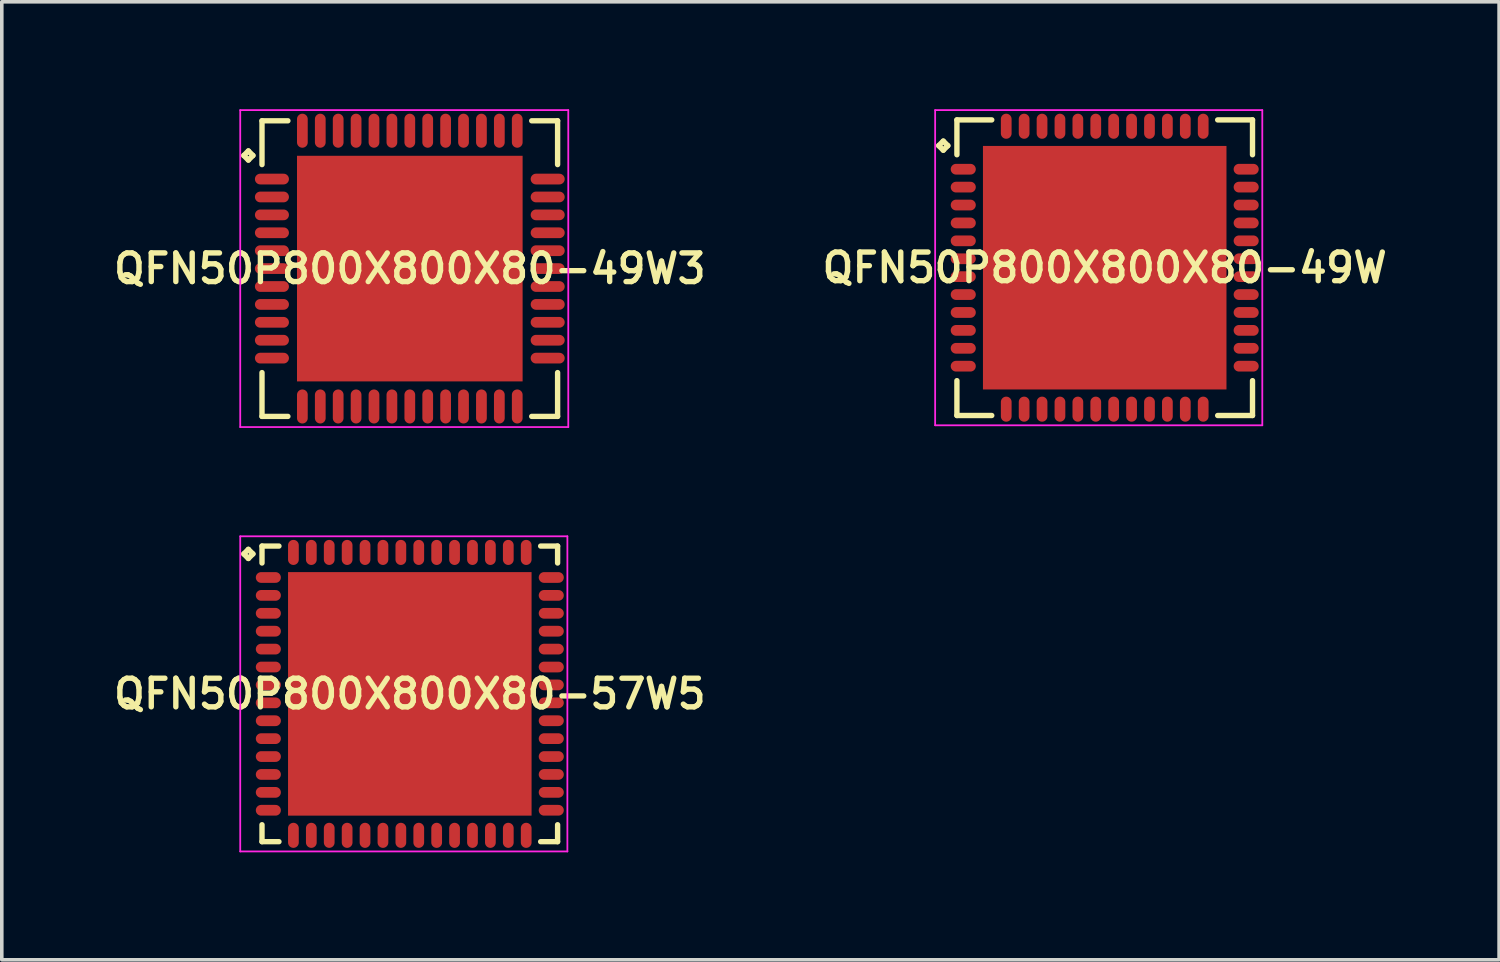
<source format=kicad_pcb>
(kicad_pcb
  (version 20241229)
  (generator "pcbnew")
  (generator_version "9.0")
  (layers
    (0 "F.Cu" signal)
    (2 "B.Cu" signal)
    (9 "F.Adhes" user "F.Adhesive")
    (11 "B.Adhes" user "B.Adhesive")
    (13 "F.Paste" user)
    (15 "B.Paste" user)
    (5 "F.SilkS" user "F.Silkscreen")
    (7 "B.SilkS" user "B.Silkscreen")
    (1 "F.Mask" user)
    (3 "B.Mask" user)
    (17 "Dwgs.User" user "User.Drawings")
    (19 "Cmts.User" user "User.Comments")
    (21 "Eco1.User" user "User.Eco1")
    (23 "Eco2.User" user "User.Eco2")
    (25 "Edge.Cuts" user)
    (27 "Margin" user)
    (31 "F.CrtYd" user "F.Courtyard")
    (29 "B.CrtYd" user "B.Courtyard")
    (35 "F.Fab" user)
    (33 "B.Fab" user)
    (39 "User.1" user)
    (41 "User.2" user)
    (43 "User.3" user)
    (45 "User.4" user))
  (footprint "QFN50P800X800X80-49W3"
    (layer "F.Cu")
    (at 8.393 4.45)
    (property "Reference" "QFN50P800X800X80-49W3" (at 0 0 0) (layer "F.SilkS") (effects (font (size 0.8 0.8) (thickness 0.15))))
    (attr smd)
    (fp_line (start -4.635 -3.158) (end -4.508 -3.285) (stroke (width 0.15) (type solid)) (layer "F.SilkS"))
    (fp_line (start -4.508 -3.285) (end -4.381 -3.158) (stroke (width 0.15) (type solid)) (layer "F.SilkS"))
    (fp_line (start -4.508 -3.031) (end -4.635 -3.158) (stroke (width 0.15) (type solid)) (layer "F.SilkS"))
    (fp_line (start -4.381 -3.158) (end -4.508 -3.031) (stroke (width 0.15) (type solid)) (layer "F.SilkS"))
    (fp_line (start -4.127 -4.127) (end -3.404 -4.127) (stroke (width 0.15) (type solid)) (layer "F.SilkS"))
    (fp_line (start -4.127 -2.904) (end -4.127 -4.127) (stroke (width 0.15) (type solid)) (layer "F.SilkS"))
    (fp_line (start -4.127 2.904) (end -4.127 4.127) (stroke (width 0.15) (type solid)) (layer "F.SilkS"))
    (fp_line (start -4.127 4.127) (end -3.404 4.127) (stroke (width 0.15) (type solid)) (layer "F.SilkS"))
    (fp_line (start 3.404 -4.127) (end 4.127 -4.127) (stroke (width 0.15) (type solid)) (layer "F.SilkS"))
    (fp_line (start 3.404 4.127) (end 4.127 4.127) (stroke (width 0.15) (type solid)) (layer "F.SilkS"))
    (fp_line (start 4.127 -4.127) (end 4.127 -2.904) (stroke (width 0.15) (type solid)) (layer "F.SilkS"))
    (fp_line (start 4.127 4.127) (end 4.127 2.904) (stroke (width 0.15) (type solid)) (layer "F.SilkS"))
    (fp_line (start -4.735 -4.425) (end 4.425 -4.425) (stroke (width 0.05) (type solid)) (layer "F.CrtYd"))
    (fp_line (start -4.735 4.425) (end -4.735 -4.425) (stroke (width 0.05) (type solid)) (layer "F.CrtYd"))
    (fp_line (start 4.425 -4.425) (end 4.425 4.425) (stroke (width 0.05) (type solid)) (layer "F.CrtYd"))
    (fp_line (start 4.425 4.425) (end -4.735 4.425) (stroke (width 0.05) (type solid)) (layer "F.CrtYd"))
    (pad "1" smd oval (at -3.85 -2.5) (size 0.95 0.3) (layers "F.Cu" "F.Mask" "F.Paste"))
    (pad "2" smd oval (at -3.85 -2) (size 0.95 0.3) (layers "F.Cu" "F.Mask" "F.Paste"))
    (pad "3" smd oval (at -3.85 -1.5) (size 0.95 0.3) (layers "F.Cu" "F.Mask" "F.Paste"))
    (pad "4" smd oval (at -3.85 -1) (size 0.95 0.3) (layers "F.Cu" "F.Mask" "F.Paste"))
    (pad "5" smd oval (at -3.85 -0.5) (size 0.95 0.3) (layers "F.Cu" "F.Mask" "F.Paste"))
    (pad "6" smd oval (at -3.85 0) (size 0.95 0.3) (layers "F.Cu" "F.Mask" "F.Paste"))
    (pad "7" smd oval (at -3.85 0.5) (size 0.95 0.3) (layers "F.Cu" "F.Mask" "F.Paste"))
    (pad "8" smd oval (at -3.85 1) (size 0.95 0.3) (layers "F.Cu" "F.Mask" "F.Paste"))
    (pad "9" smd oval (at -3.85 1.5) (size 0.95 0.3) (layers "F.Cu" "F.Mask" "F.Paste"))
    (pad "10" smd oval (at -3.85 2) (size 0.95 0.3) (layers "F.Cu" "F.Mask" "F.Paste"))
    (pad "11" smd oval (at -3.85 2.5) (size 0.95 0.3) (layers "F.Cu" "F.Mask" "F.Paste"))
    (pad "12" smd oval (at -3 3.85) (size 0.3 0.95) (layers "F.Cu" "F.Mask" "F.Paste"))
    (pad "13" smd oval (at -2.5 3.85) (size 0.3 0.95) (layers "F.Cu" "F.Mask" "F.Paste"))
    (pad "14" smd oval (at -2 3.85) (size 0.3 0.95) (layers "F.Cu" "F.Mask" "F.Paste"))
    (pad "15" smd oval (at -1.5 3.85) (size 0.3 0.95) (layers "F.Cu" "F.Mask" "F.Paste"))
    (pad "16" smd oval (at -1 3.85) (size 0.3 0.95) (layers "F.Cu" "F.Mask" "F.Paste"))
    (pad "17" smd oval (at -0.5 3.85) (size 0.3 0.95) (layers "F.Cu" "F.Mask" "F.Paste"))
    (pad "18" smd oval (at 0 3.85) (size 0.3 0.95) (layers "F.Cu" "F.Mask" "F.Paste"))
    (pad "19" smd oval (at 0.5 3.85) (size 0.3 0.95) (layers "F.Cu" "F.Mask" "F.Paste"))
    (pad "20" smd oval (at 1 3.85) (size 0.3 0.95) (layers "F.Cu" "F.Mask" "F.Paste"))
    (pad "21" smd oval (at 1.5 3.85) (size 0.3 0.95) (layers "F.Cu" "F.Mask" "F.Paste"))
    (pad "22" smd oval (at 2 3.85) (size 0.3 0.95) (layers "F.Cu" "F.Mask" "F.Paste"))
    (pad "23" smd oval (at 2.5 3.85) (size 0.3 0.95) (layers "F.Cu" "F.Mask" "F.Paste"))
    (pad "24" smd oval (at 3 3.85) (size 0.3 0.95) (layers "F.Cu" "F.Mask" "F.Paste"))
    (pad "25" smd oval (at 3.85 2.5) (size 0.95 0.3) (layers "F.Cu" "F.Mask" "F.Paste"))
    (pad "26" smd oval (at 3.85 2) (size 0.95 0.3) (layers "F.Cu" "F.Mask" "F.Paste"))
    (pad "27" smd oval (at 3.85 1.5) (size 0.95 0.3) (layers "F.Cu" "F.Mask" "F.Paste"))
    (pad "28" smd oval (at 3.85 1) (size 0.95 0.3) (layers "F.Cu" "F.Mask" "F.Paste"))
    (pad "29" smd oval (at 3.85 0.5) (size 0.95 0.3) (layers "F.Cu" "F.Mask" "F.Paste"))
    (pad "30" smd oval (at 3.85 0) (size 0.95 0.3) (layers "F.Cu" "F.Mask" "F.Paste"))
    (pad "31" smd oval (at 3.85 -0.5) (size 0.95 0.3) (layers "F.Cu" "F.Mask" "F.Paste"))
    (pad "32" smd oval (at 3.85 -1) (size 0.95 0.3) (layers "F.Cu" "F.Mask" "F.Paste"))
    (pad "33" smd oval (at 3.85 -1.5) (size 0.95 0.3) (layers "F.Cu" "F.Mask" "F.Paste"))
    (pad "34" smd oval (at 3.85 -2) (size 0.95 0.3) (layers "F.Cu" "F.Mask" "F.Paste"))
    (pad "35" smd oval (at 3.85 -2.5) (size 0.95 0.3) (layers "F.Cu" "F.Mask" "F.Paste"))
    (pad "36" smd oval (at 3 -3.85) (size 0.3 0.95) (layers "F.Cu" "F.Mask" "F.Paste"))
    (pad "37" smd oval (at 2.5 -3.85) (size 0.3 0.95) (layers "F.Cu" "F.Mask" "F.Paste"))
    (pad "38" smd oval (at 2 -3.85) (size 0.3 0.95) (layers "F.Cu" "F.Mask" "F.Paste"))
    (pad "39" smd oval (at 1.5 -3.85) (size 0.3 0.95) (layers "F.Cu" "F.Mask" "F.Paste"))
    (pad "40" smd oval (at 1 -3.85) (size 0.3 0.95) (layers "F.Cu" "F.Mask" "F.Paste"))
    (pad "41" smd oval (at 0.5 -3.85) (size 0.3 0.95) (layers "F.Cu" "F.Mask" "F.Paste"))
    (pad "42" smd oval (at 0 -3.85) (size 0.3 0.95) (layers "F.Cu" "F.Mask" "F.Paste"))
    (pad "43" smd oval (at -0.5 -3.85) (size 0.3 0.95) (layers "F.Cu" "F.Mask" "F.Paste"))
    (pad "44" smd oval (at -1 -3.85) (size 0.3 0.95) (layers "F.Cu" "F.Mask" "F.Paste"))
    (pad "45" smd oval (at -1.5 -3.85) (size 0.3 0.95) (layers "F.Cu" "F.Mask" "F.Paste"))
    (pad "46" smd oval (at -2 -3.85) (size 0.3 0.95) (layers "F.Cu" "F.Mask" "F.Paste"))
    (pad "47" smd oval (at -2.5 -3.85) (size 0.3 0.95) (layers "F.Cu" "F.Mask" "F.Paste"))
    (pad "48" smd oval (at -3 -3.85) (size 0.3 0.95) (layers "F.Cu" "F.Mask" "F.Paste"))
    (pad "49" smd rect (at 0 0) (size 6.3 6.3) (layers "F.Cu" "F.Mask" "F.Paste")))
  (footprint "QFN50P800X800X80-49W"
    (layer "F.Cu")
    (at 27.797 4.425)
    (property "Reference" "QFN50P800X800X80-49W" (at 0 0 0) (layer "F.SilkS") (effects (font (size 0.8 0.8) (thickness 0.15))))
    (attr smd)
    (fp_line (start -4.635 -3.408) (end -4.508 -3.535) (stroke (width 0.15) (type solid)) (layer "F.SilkS"))
    (fp_line (start -4.508 -3.535) (end -4.381 -3.408) (stroke (width 0.15) (type solid)) (layer "F.SilkS"))
    (fp_line (start -4.508 -3.281) (end -4.635 -3.408) (stroke (width 0.15) (type solid)) (layer "F.SilkS"))
    (fp_line (start -4.381 -3.408) (end -4.508 -3.281) (stroke (width 0.15) (type solid)) (layer "F.SilkS"))
    (fp_line (start -4.127 -4.127) (end -3.154 -4.127) (stroke (width 0.15) (type solid)) (layer "F.SilkS"))
    (fp_line (start -4.127 -3.154) (end -4.127 -4.127) (stroke (width 0.15) (type solid)) (layer "F.SilkS"))
    (fp_line (start -4.127 3.154) (end -4.127 4.127) (stroke (width 0.15) (type solid)) (layer "F.SilkS"))
    (fp_line (start -4.127 4.127) (end -3.154 4.127) (stroke (width 0.15) (type solid)) (layer "F.SilkS"))
    (fp_line (start 3.154 -4.127) (end 4.127 -4.127) (stroke (width 0.15) (type solid)) (layer "F.SilkS"))
    (fp_line (start 3.154 4.127) (end 4.127 4.127) (stroke (width 0.15) (type solid)) (layer "F.SilkS"))
    (fp_line (start 4.127 -4.127) (end 4.127 -3.154) (stroke (width 0.15) (type solid)) (layer "F.SilkS"))
    (fp_line (start 4.127 4.127) (end 4.127 3.154) (stroke (width 0.15) (type solid)) (layer "F.SilkS"))
    (fp_line (start -4.735 -4.4) (end 4.4 -4.4) (stroke (width 0.05) (type solid)) (layer "F.CrtYd"))
    (fp_line (start -4.735 4.4) (end -4.735 -4.4) (stroke (width 0.05) (type solid)) (layer "F.CrtYd"))
    (fp_line (start 4.4 -4.4) (end 4.4 4.4) (stroke (width 0.05) (type solid)) (layer "F.CrtYd"))
    (fp_line (start 4.4 4.4) (end -4.735 4.4) (stroke (width 0.05) (type solid)) (layer "F.CrtYd"))
    (pad "1" smd oval (at -3.95 -2.75) (size 0.7 0.3) (layers "F.Cu" "F.Mask" "F.Paste"))
    (pad "2" smd oval (at -3.95 -2.25) (size 0.7 0.3) (layers "F.Cu" "F.Mask" "F.Paste"))
    (pad "3" smd oval (at -3.95 -1.75) (size 0.7 0.3) (layers "F.Cu" "F.Mask" "F.Paste"))
    (pad "4" smd oval (at -3.95 -1.25) (size 0.7 0.3) (layers "F.Cu" "F.Mask" "F.Paste"))
    (pad "5" smd oval (at -3.95 -0.75) (size 0.7 0.3) (layers "F.Cu" "F.Mask" "F.Paste"))
    (pad "6" smd oval (at -3.95 -0.25) (size 0.7 0.3) (layers "F.Cu" "F.Mask" "F.Paste"))
    (pad "7" smd oval (at -3.95 0.25) (size 0.7 0.3) (layers "F.Cu" "F.Mask" "F.Paste"))
    (pad "8" smd oval (at -3.95 0.75) (size 0.7 0.3) (layers "F.Cu" "F.Mask" "F.Paste"))
    (pad "9" smd oval (at -3.95 1.25) (size 0.7 0.3) (layers "F.Cu" "F.Mask" "F.Paste"))
    (pad "10" smd oval (at -3.95 1.75) (size 0.7 0.3) (layers "F.Cu" "F.Mask" "F.Paste"))
    (pad "11" smd oval (at -3.95 2.25) (size 0.7 0.3) (layers "F.Cu" "F.Mask" "F.Paste"))
    (pad "12" smd oval (at -3.95 2.75) (size 0.7 0.3) (layers "F.Cu" "F.Mask" "F.Paste"))
    (pad "13" smd oval (at -2.75 3.95) (size 0.3 0.7) (layers "F.Cu" "F.Mask" "F.Paste"))
    (pad "14" smd oval (at -2.25 3.95) (size 0.3 0.7) (layers "F.Cu" "F.Mask" "F.Paste"))
    (pad "15" smd oval (at -1.75 3.95) (size 0.3 0.7) (layers "F.Cu" "F.Mask" "F.Paste"))
    (pad "16" smd oval (at -1.25 3.95) (size 0.3 0.7) (layers "F.Cu" "F.Mask" "F.Paste"))
    (pad "17" smd oval (at -0.75 3.95) (size 0.3 0.7) (layers "F.Cu" "F.Mask" "F.Paste"))
    (pad "18" smd oval (at -0.25 3.95) (size 0.3 0.7) (layers "F.Cu" "F.Mask" "F.Paste"))
    (pad "19" smd oval (at 0.25 3.95) (size 0.3 0.7) (layers "F.Cu" "F.Mask" "F.Paste"))
    (pad "20" smd oval (at 0.75 3.95) (size 0.3 0.7) (layers "F.Cu" "F.Mask" "F.Paste"))
    (pad "21" smd oval (at 1.25 3.95) (size 0.3 0.7) (layers "F.Cu" "F.Mask" "F.Paste"))
    (pad "22" smd oval (at 1.75 3.95) (size 0.3 0.7) (layers "F.Cu" "F.Mask" "F.Paste"))
    (pad "23" smd oval (at 2.25 3.95) (size 0.3 0.7) (layers "F.Cu" "F.Mask" "F.Paste"))
    (pad "24" smd oval (at 2.75 3.95) (size 0.3 0.7) (layers "F.Cu" "F.Mask" "F.Paste"))
    (pad "25" smd oval (at 3.95 2.75) (size 0.7 0.3) (layers "F.Cu" "F.Mask" "F.Paste"))
    (pad "26" smd oval (at 3.95 2.25) (size 0.7 0.3) (layers "F.Cu" "F.Mask" "F.Paste"))
    (pad "27" smd oval (at 3.95 1.75) (size 0.7 0.3) (layers "F.Cu" "F.Mask" "F.Paste"))
    (pad "28" smd oval (at 3.95 1.25) (size 0.7 0.3) (layers "F.Cu" "F.Mask" "F.Paste"))
    (pad "29" smd oval (at 3.95 0.75) (size 0.7 0.3) (layers "F.Cu" "F.Mask" "F.Paste"))
    (pad "30" smd oval (at 3.95 0.25) (size 0.7 0.3) (layers "F.Cu" "F.Mask" "F.Paste"))
    (pad "31" smd oval (at 3.95 -0.25) (size 0.7 0.3) (layers "F.Cu" "F.Mask" "F.Paste"))
    (pad "32" smd oval (at 3.95 -0.75) (size 0.7 0.3) (layers "F.Cu" "F.Mask" "F.Paste"))
    (pad "33" smd oval (at 3.95 -1.25) (size 0.7 0.3) (layers "F.Cu" "F.Mask" "F.Paste"))
    (pad "34" smd oval (at 3.95 -1.75) (size 0.7 0.3) (layers "F.Cu" "F.Mask" "F.Paste"))
    (pad "35" smd oval (at 3.95 -2.25) (size 0.7 0.3) (layers "F.Cu" "F.Mask" "F.Paste"))
    (pad "36" smd oval (at 3.95 -2.75) (size 0.7 0.3) (layers "F.Cu" "F.Mask" "F.Paste"))
    (pad "37" smd oval (at 2.75 -3.95) (size 0.3 0.7) (layers "F.Cu" "F.Mask" "F.Paste"))
    (pad "38" smd oval (at 2.25 -3.95) (size 0.3 0.7) (layers "F.Cu" "F.Mask" "F.Paste"))
    (pad "39" smd oval (at 1.75 -3.95) (size 0.3 0.7) (layers "F.Cu" "F.Mask" "F.Paste"))
    (pad "40" smd oval (at 1.25 -3.95) (size 0.3 0.7) (layers "F.Cu" "F.Mask" "F.Paste"))
    (pad "41" smd oval (at 0.75 -3.95) (size 0.3 0.7) (layers "F.Cu" "F.Mask" "F.Paste"))
    (pad "42" smd oval (at 0.25 -3.95) (size 0.3 0.7) (layers "F.Cu" "F.Mask" "F.Paste"))
    (pad "43" smd oval (at -0.25 -3.95) (size 0.3 0.7) (layers "F.Cu" "F.Mask" "F.Paste"))
    (pad "44" smd oval (at -0.75 -3.95) (size 0.3 0.7) (layers "F.Cu" "F.Mask" "F.Paste"))
    (pad "45" smd oval (at -1.25 -3.95) (size 0.3 0.7) (layers "F.Cu" "F.Mask" "F.Paste"))
    (pad "46" smd oval (at -1.75 -3.95) (size 0.3 0.7) (layers "F.Cu" "F.Mask" "F.Paste"))
    (pad "47" smd oval (at -2.25 -3.95) (size 0.3 0.7) (layers "F.Cu" "F.Mask" "F.Paste"))
    (pad "48" smd oval (at -2.75 -3.95) (size 0.3 0.7) (layers "F.Cu" "F.Mask" "F.Paste"))
    (pad "49" smd rect (at 0 0) (size 6.8 6.8) (layers "F.Cu" "F.Mask" "F.Paste")))
  (footprint "QFN50P800X800X80-57W5"
    (layer "F.Cu")
    (at 8.393 16.325)
    (property "Reference" "QFN50P800X800X80-57W5" (at 0 0 0) (layer "F.SilkS") (effects (font (size 0.8 0.8) (thickness 0.15))))
    (attr smd)
    (fp_line (start -4.635 -3.908) (end -4.508 -4.035) (stroke (width 0.15) (type solid)) (layer "F.SilkS"))
    (fp_line (start -4.508 -4.035) (end -4.381 -3.908) (stroke (width 0.15) (type solid)) (layer "F.SilkS"))
    (fp_line (start -4.508 -3.781) (end -4.635 -3.908) (stroke (width 0.15) (type solid)) (layer "F.SilkS"))
    (fp_line (start -4.381 -3.908) (end -4.508 -3.781) (stroke (width 0.15) (type solid)) (layer "F.SilkS"))
    (fp_line (start -4.127 -4.127) (end -3.654 -4.127) (stroke (width 0.15) (type solid)) (layer "F.SilkS"))
    (fp_line (start -4.127 -3.654) (end -4.127 -4.127) (stroke (width 0.15) (type solid)) (layer "F.SilkS"))
    (fp_line (start -4.127 3.654) (end -4.127 4.127) (stroke (width 0.15) (type solid)) (layer "F.SilkS"))
    (fp_line (start -4.127 4.127) (end -3.654 4.127) (stroke (width 0.15) (type solid)) (layer "F.SilkS"))
    (fp_line (start 3.654 -4.127) (end 4.127 -4.127) (stroke (width 0.15) (type solid)) (layer "F.SilkS"))
    (fp_line (start 3.654 4.127) (end 4.127 4.127) (stroke (width 0.15) (type solid)) (layer "F.SilkS"))
    (fp_line (start 4.127 -4.127) (end 4.127 -3.654) (stroke (width 0.15) (type solid)) (layer "F.SilkS"))
    (fp_line (start 4.127 4.127) (end 4.127 3.654) (stroke (width 0.15) (type solid)) (layer "F.SilkS"))
    (fp_line (start -4.735 -4.4) (end 4.4 -4.4) (stroke (width 0.05) (type solid)) (layer "F.CrtYd"))
    (fp_line (start -4.735 4.4) (end -4.735 -4.4) (stroke (width 0.05) (type solid)) (layer "F.CrtYd"))
    (fp_line (start 4.4 -4.4) (end 4.4 4.4) (stroke (width 0.05) (type solid)) (layer "F.CrtYd"))
    (fp_line (start 4.4 4.4) (end -4.735 4.4) (stroke (width 0.05) (type solid)) (layer "F.CrtYd"))
    (pad "1" smd oval (at -3.95 -3.25) (size 0.7 0.3) (layers "F.Cu" "F.Mask" "F.Paste"))
    (pad "2" smd oval (at -3.95 -2.75) (size 0.7 0.3) (layers "F.Cu" "F.Mask" "F.Paste"))
    (pad "3" smd oval (at -3.95 -2.25) (size 0.7 0.3) (layers "F.Cu" "F.Mask" "F.Paste"))
    (pad "4" smd oval (at -3.95 -1.75) (size 0.7 0.3) (layers "F.Cu" "F.Mask" "F.Paste"))
    (pad "5" smd oval (at -3.95 -1.25) (size 0.7 0.3) (layers "F.Cu" "F.Mask" "F.Paste"))
    (pad "6" smd oval (at -3.95 -0.75) (size 0.7 0.3) (layers "F.Cu" "F.Mask" "F.Paste"))
    (pad "7" smd oval (at -3.95 -0.25) (size 0.7 0.3) (layers "F.Cu" "F.Mask" "F.Paste"))
    (pad "8" smd oval (at -3.95 0.25) (size 0.7 0.3) (layers "F.Cu" "F.Mask" "F.Paste"))
    (pad "9" smd oval (at -3.95 0.75) (size 0.7 0.3) (layers "F.Cu" "F.Mask" "F.Paste"))
    (pad "10" smd oval (at -3.95 1.25) (size 0.7 0.3) (layers "F.Cu" "F.Mask" "F.Paste"))
    (pad "11" smd oval (at -3.95 1.75) (size 0.7 0.3) (layers "F.Cu" "F.Mask" "F.Paste"))
    (pad "12" smd oval (at -3.95 2.25) (size 0.7 0.3) (layers "F.Cu" "F.Mask" "F.Paste"))
    (pad "13" smd oval (at -3.95 2.75) (size 0.7 0.3) (layers "F.Cu" "F.Mask" "F.Paste"))
    (pad "14" smd oval (at -3.95 3.25) (size 0.7 0.3) (layers "F.Cu" "F.Mask" "F.Paste"))
    (pad "15" smd oval (at -3.25 3.95) (size 0.3 0.7) (layers "F.Cu" "F.Mask" "F.Paste"))
    (pad "16" smd oval (at -2.75 3.95) (size 0.3 0.7) (layers "F.Cu" "F.Mask" "F.Paste"))
    (pad "17" smd oval (at -2.25 3.95) (size 0.3 0.7) (layers "F.Cu" "F.Mask" "F.Paste"))
    (pad "18" smd oval (at -1.75 3.95) (size 0.3 0.7) (layers "F.Cu" "F.Mask" "F.Paste"))
    (pad "19" smd oval (at -1.25 3.95) (size 0.3 0.7) (layers "F.Cu" "F.Mask" "F.Paste"))
    (pad "20" smd oval (at -0.75 3.95) (size 0.3 0.7) (layers "F.Cu" "F.Mask" "F.Paste"))
    (pad "21" smd oval (at -0.25 3.95) (size 0.3 0.7) (layers "F.Cu" "F.Mask" "F.Paste"))
    (pad "22" smd oval (at 0.25 3.95) (size 0.3 0.7) (layers "F.Cu" "F.Mask" "F.Paste"))
    (pad "23" smd oval (at 0.75 3.95) (size 0.3 0.7) (layers "F.Cu" "F.Mask" "F.Paste"))
    (pad "24" smd oval (at 1.25 3.95) (size 0.3 0.7) (layers "F.Cu" "F.Mask" "F.Paste"))
    (pad "25" smd oval (at 1.75 3.95) (size 0.3 0.7) (layers "F.Cu" "F.Mask" "F.Paste"))
    (pad "26" smd oval (at 2.25 3.95) (size 0.3 0.7) (layers "F.Cu" "F.Mask" "F.Paste"))
    (pad "27" smd oval (at 2.75 3.95) (size 0.3 0.7) (layers "F.Cu" "F.Mask" "F.Paste"))
    (pad "28" smd oval (at 3.25 3.95) (size 0.3 0.7) (layers "F.Cu" "F.Mask" "F.Paste"))
    (pad "29" smd oval (at 3.95 3.25) (size 0.7 0.3) (layers "F.Cu" "F.Mask" "F.Paste"))
    (pad "30" smd oval (at 3.95 2.75) (size 0.7 0.3) (layers "F.Cu" "F.Mask" "F.Paste"))
    (pad "31" smd oval (at 3.95 2.25) (size 0.7 0.3) (layers "F.Cu" "F.Mask" "F.Paste"))
    (pad "32" smd oval (at 3.95 1.75) (size 0.7 0.3) (layers "F.Cu" "F.Mask" "F.Paste"))
    (pad "33" smd oval (at 3.95 1.25) (size 0.7 0.3) (layers "F.Cu" "F.Mask" "F.Paste"))
    (pad "34" smd oval (at 3.95 0.75) (size 0.7 0.3) (layers "F.Cu" "F.Mask" "F.Paste"))
    (pad "35" smd oval (at 3.95 0.25) (size 0.7 0.3) (layers "F.Cu" "F.Mask" "F.Paste"))
    (pad "36" smd oval (at 3.95 -0.25) (size 0.7 0.3) (layers "F.Cu" "F.Mask" "F.Paste"))
    (pad "37" smd oval (at 3.95 -0.75) (size 0.7 0.3) (layers "F.Cu" "F.Mask" "F.Paste"))
    (pad "38" smd oval (at 3.95 -1.25) (size 0.7 0.3) (layers "F.Cu" "F.Mask" "F.Paste"))
    (pad "39" smd oval (at 3.95 -1.75) (size 0.7 0.3) (layers "F.Cu" "F.Mask" "F.Paste"))
    (pad "40" smd oval (at 3.95 -2.25) (size 0.7 0.3) (layers "F.Cu" "F.Mask" "F.Paste"))
    (pad "41" smd oval (at 3.95 -2.75) (size 0.7 0.3) (layers "F.Cu" "F.Mask" "F.Paste"))
    (pad "42" smd oval (at 3.95 -3.25) (size 0.7 0.3) (layers "F.Cu" "F.Mask" "F.Paste"))
    (pad "43" smd oval (at 3.25 -3.95) (size 0.3 0.7) (layers "F.Cu" "F.Mask" "F.Paste"))
    (pad "44" smd oval (at 2.75 -3.95) (size 0.3 0.7) (layers "F.Cu" "F.Mask" "F.Paste"))
    (pad "45" smd oval (at 2.25 -3.95) (size 0.3 0.7) (layers "F.Cu" "F.Mask" "F.Paste"))
    (pad "46" smd oval (at 1.75 -3.95) (size 0.3 0.7) (layers "F.Cu" "F.Mask" "F.Paste"))
    (pad "47" smd oval (at 1.25 -3.95) (size 0.3 0.7) (layers "F.Cu" "F.Mask" "F.Paste"))
    (pad "48" smd oval (at 0.75 -3.95) (size 0.3 0.7) (layers "F.Cu" "F.Mask" "F.Paste"))
    (pad "49" smd oval (at 0.25 -3.95) (size 0.3 0.7) (layers "F.Cu" "F.Mask" "F.Paste"))
    (pad "50" smd oval (at -0.25 -3.95) (size 0.3 0.7) (layers "F.Cu" "F.Mask" "F.Paste"))
    (pad "51" smd oval (at -0.75 -3.95) (size 0.3 0.7) (layers "F.Cu" "F.Mask" "F.Paste"))
    (pad "52" smd oval (at -1.25 -3.95) (size 0.3 0.7) (layers "F.Cu" "F.Mask" "F.Paste"))
    (pad "53" smd oval (at -1.75 -3.95) (size 0.3 0.7) (layers "F.Cu" "F.Mask" "F.Paste"))
    (pad "54" smd oval (at -2.25 -3.95) (size 0.3 0.7) (layers "F.Cu" "F.Mask" "F.Paste"))
    (pad "55" smd oval (at -2.75 -3.95) (size 0.3 0.7) (layers "F.Cu" "F.Mask" "F.Paste"))
    (pad "56" smd oval (at -3.25 -3.95) (size 0.3 0.7) (layers "F.Cu" "F.Mask" "F.Paste"))
    (pad "57" smd rect (at 0 0) (size 6.8 6.8) (layers "F.Cu" "F.Mask" "F.Paste")))
  (gr_rect
    (start -3 -3)
    (end 38.809 23.75)
    (stroke (width 0.1) (type default))
    (fill no)
    (layer "Edge.Cuts")))
</source>
